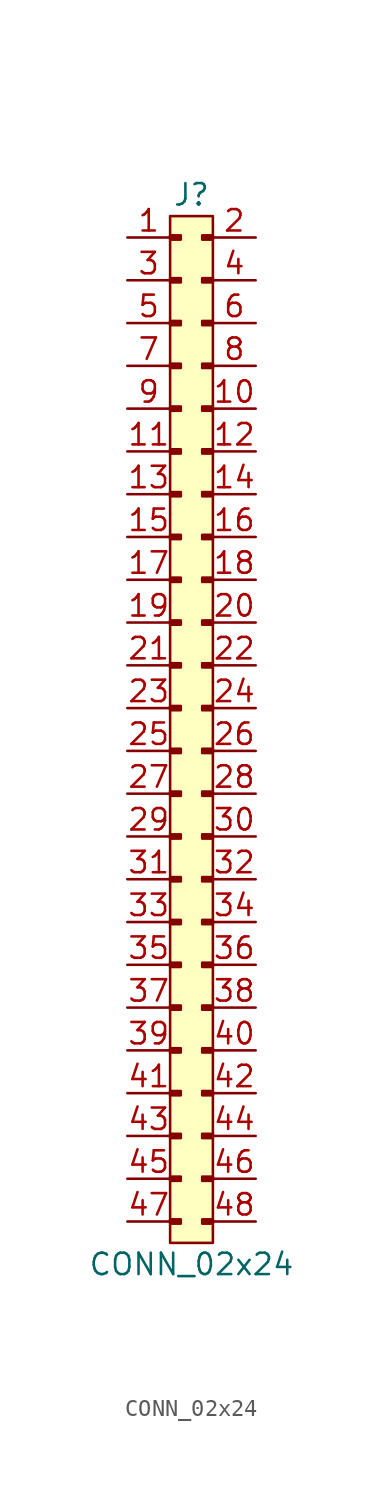
<source format=kicad_sym>
(kicad_symbol_lib
  (version 20211014)
  (generator agg_kicad.build_lib_connector)
  (symbol "CONN_02x24"
    (pin_names hide)
    (property Reference J
      (at -1.27 2.54 0)
      (effects (font (size 1.27 1.27))))
    (property Value "CONN_02x24"
      (at -1.27 -60.96 0)
      (effects (font (size 1.27 1.27))))
    (rectangle
      (start 0 -59.69)
      (end -2.54 1.27)
      (stroke (width 0) (type default) (color 0 0 0 0))
      (fill (type background)))
    (rectangle
      (start 0 0.127)
      (end -0.635 -0.127)
      (stroke (width 0) (type default) (color 0 0 0 0))
      (fill (type outline)))
    (rectangle
      (start -2.54 0.127)
      (end -1.905 -0.127)
      (stroke (width 0) (type default) (color 0 0 0 0))
      (fill (type outline)))
    (rectangle
      (start 0 -2.413)
      (end -0.635 -2.667)
      (stroke (width 0) (type default) (color 0 0 0 0))
      (fill (type outline)))
    (rectangle
      (start -2.54 -2.413)
      (end -1.905 -2.667)
      (stroke (width 0) (type default) (color 0 0 0 0))
      (fill (type outline)))
    (rectangle
      (start 0 -4.953)
      (end -0.635 -5.207)
      (stroke (width 0) (type default) (color 0 0 0 0))
      (fill (type outline)))
    (rectangle
      (start -2.54 -4.953)
      (end -1.905 -5.207)
      (stroke (width 0) (type default) (color 0 0 0 0))
      (fill (type outline)))
    (rectangle
      (start 0 -7.493)
      (end -0.635 -7.747)
      (stroke (width 0) (type default) (color 0 0 0 0))
      (fill (type outline)))
    (rectangle
      (start -2.54 -7.493)
      (end -1.905 -7.747)
      (stroke (width 0) (type default) (color 0 0 0 0))
      (fill (type outline)))
    (rectangle
      (start 0 -10.033)
      (end -0.635 -10.287)
      (stroke (width 0) (type default) (color 0 0 0 0))
      (fill (type outline)))
    (rectangle
      (start -2.54 -10.033)
      (end -1.905 -10.287)
      (stroke (width 0) (type default) (color 0 0 0 0))
      (fill (type outline)))
    (rectangle
      (start 0 -12.573)
      (end -0.635 -12.827)
      (stroke (width 0) (type default) (color 0 0 0 0))
      (fill (type outline)))
    (rectangle
      (start -2.54 -12.573)
      (end -1.905 -12.827)
      (stroke (width 0) (type default) (color 0 0 0 0))
      (fill (type outline)))
    (rectangle
      (start 0 -15.113)
      (end -0.635 -15.367)
      (stroke (width 0) (type default) (color 0 0 0 0))
      (fill (type outline)))
    (rectangle
      (start -2.54 -15.113)
      (end -1.905 -15.367)
      (stroke (width 0) (type default) (color 0 0 0 0))
      (fill (type outline)))
    (rectangle
      (start 0 -17.653)
      (end -0.635 -17.907)
      (stroke (width 0) (type default) (color 0 0 0 0))
      (fill (type outline)))
    (rectangle
      (start -2.54 -17.653)
      (end -1.905 -17.907)
      (stroke (width 0) (type default) (color 0 0 0 0))
      (fill (type outline)))
    (rectangle
      (start 0 -20.193)
      (end -0.635 -20.447)
      (stroke (width 0) (type default) (color 0 0 0 0))
      (fill (type outline)))
    (rectangle
      (start -2.54 -20.193)
      (end -1.905 -20.447)
      (stroke (width 0) (type default) (color 0 0 0 0))
      (fill (type outline)))
    (rectangle
      (start 0 -22.733)
      (end -0.635 -22.987)
      (stroke (width 0) (type default) (color 0 0 0 0))
      (fill (type outline)))
    (rectangle
      (start -2.54 -22.733)
      (end -1.905 -22.987)
      (stroke (width 0) (type default) (color 0 0 0 0))
      (fill (type outline)))
    (rectangle
      (start 0 -25.273)
      (end -0.635 -25.527)
      (stroke (width 0) (type default) (color 0 0 0 0))
      (fill (type outline)))
    (rectangle
      (start -2.54 -25.273)
      (end -1.905 -25.527)
      (stroke (width 0) (type default) (color 0 0 0 0))
      (fill (type outline)))
    (rectangle
      (start 0 -27.813)
      (end -0.635 -28.067)
      (stroke (width 0) (type default) (color 0 0 0 0))
      (fill (type outline)))
    (rectangle
      (start -2.54 -27.813)
      (end -1.905 -28.067)
      (stroke (width 0) (type default) (color 0 0 0 0))
      (fill (type outline)))
    (rectangle
      (start 0 -30.353)
      (end -0.635 -30.607)
      (stroke (width 0) (type default) (color 0 0 0 0))
      (fill (type outline)))
    (rectangle
      (start -2.54 -30.353)
      (end -1.905 -30.607)
      (stroke (width 0) (type default) (color 0 0 0 0))
      (fill (type outline)))
    (rectangle
      (start 0 -32.893)
      (end -0.635 -33.147)
      (stroke (width 0) (type default) (color 0 0 0 0))
      (fill (type outline)))
    (rectangle
      (start -2.54 -32.893)
      (end -1.905 -33.147)
      (stroke (width 0) (type default) (color 0 0 0 0))
      (fill (type outline)))
    (rectangle
      (start 0 -35.433)
      (end -0.635 -35.687)
      (stroke (width 0) (type default) (color 0 0 0 0))
      (fill (type outline)))
    (rectangle
      (start -2.54 -35.433)
      (end -1.905 -35.687)
      (stroke (width 0) (type default) (color 0 0 0 0))
      (fill (type outline)))
    (rectangle
      (start 0 -37.973)
      (end -0.635 -38.227)
      (stroke (width 0) (type default) (color 0 0 0 0))
      (fill (type outline)))
    (rectangle
      (start -2.54 -37.973)
      (end -1.905 -38.227)
      (stroke (width 0) (type default) (color 0 0 0 0))
      (fill (type outline)))
    (rectangle
      (start 0 -40.513)
      (end -0.635 -40.767)
      (stroke (width 0) (type default) (color 0 0 0 0))
      (fill (type outline)))
    (rectangle
      (start -2.54 -40.513)
      (end -1.905 -40.767)
      (stroke (width 0) (type default) (color 0 0 0 0))
      (fill (type outline)))
    (rectangle
      (start 0 -43.053)
      (end -0.635 -43.307)
      (stroke (width 0) (type default) (color 0 0 0 0))
      (fill (type outline)))
    (rectangle
      (start -2.54 -43.053)
      (end -1.905 -43.307)
      (stroke (width 0) (type default) (color 0 0 0 0))
      (fill (type outline)))
    (rectangle
      (start 0 -45.593)
      (end -0.635 -45.847)
      (stroke (width 0) (type default) (color 0 0 0 0))
      (fill (type outline)))
    (rectangle
      (start -2.54 -45.593)
      (end -1.905 -45.847)
      (stroke (width 0) (type default) (color 0 0 0 0))
      (fill (type outline)))
    (rectangle
      (start 0 -48.133)
      (end -0.635 -48.387)
      (stroke (width 0) (type default) (color 0 0 0 0))
      (fill (type outline)))
    (rectangle
      (start -2.54 -48.133)
      (end -1.905 -48.387)
      (stroke (width 0) (type default) (color 0 0 0 0))
      (fill (type outline)))
    (rectangle
      (start 0 -50.673)
      (end -0.635 -50.927)
      (stroke (width 0) (type default) (color 0 0 0 0))
      (fill (type outline)))
    (rectangle
      (start -2.54 -50.673)
      (end -1.905 -50.927)
      (stroke (width 0) (type default) (color 0 0 0 0))
      (fill (type outline)))
    (rectangle
      (start 0 -53.213)
      (end -0.635 -53.467)
      (stroke (width 0) (type default) (color 0 0 0 0))
      (fill (type outline)))
    (rectangle
      (start -2.54 -53.213)
      (end -1.905 -53.467)
      (stroke (width 0) (type default) (color 0 0 0 0))
      (fill (type outline)))
    (rectangle
      (start 0 -55.753)
      (end -0.635 -56.007)
      (stroke (width 0) (type default) (color 0 0 0 0))
      (fill (type outline)))
    (rectangle
      (start -2.54 -55.753)
      (end -1.905 -56.007)
      (stroke (width 0) (type default) (color 0 0 0 0))
      (fill (type outline)))
    (rectangle
      (start 0 -58.293)
      (end -0.635 -58.547)
      (stroke (width 0) (type default) (color 0 0 0 0))
      (fill (type outline)))
    (rectangle
      (start -2.54 -58.293)
      (end -1.905 -58.547)
      (stroke (width 0) (type default) (color 0 0 0 0))
      (fill (type outline)))
    (pin passive line
      (at 2.54 0 180)
      (length 2.54)
      (name "2" (effects (font (size 1.27 1.27))))
      (number "2" (effects (font (size 1.27 1.27)))))
    (pin passive line
      (at -5.08 0 0)
      (length 2.54)
      (name "1" (effects (font (size 1.27 1.27))))
      (number "1" (effects (font (size 1.27 1.27)))))
    (pin passive line
      (at 2.54 -2.54 180)
      (length 2.54)
      (name "4" (effects (font (size 1.27 1.27))))
      (number "4" (effects (font (size 1.27 1.27)))))
    (pin passive line
      (at -5.08 -2.54 0)
      (length 2.54)
      (name "3" (effects (font (size 1.27 1.27))))
      (number "3" (effects (font (size 1.27 1.27)))))
    (pin passive line
      (at 2.54 -5.08 180)
      (length 2.54)
      (name "6" (effects (font (size 1.27 1.27))))
      (number "6" (effects (font (size 1.27 1.27)))))
    (pin passive line
      (at -5.08 -5.08 0)
      (length 2.54)
      (name "5" (effects (font (size 1.27 1.27))))
      (number "5" (effects (font (size 1.27 1.27)))))
    (pin passive line
      (at 2.54 -7.62 180)
      (length 2.54)
      (name "8" (effects (font (size 1.27 1.27))))
      (number "8" (effects (font (size 1.27 1.27)))))
    (pin passive line
      (at -5.08 -7.62 0)
      (length 2.54)
      (name "7" (effects (font (size 1.27 1.27))))
      (number "7" (effects (font (size 1.27 1.27)))))
    (pin passive line
      (at 2.54 -10.16 180)
      (length 2.54)
      (name "10" (effects (font (size 1.27 1.27))))
      (number "10" (effects (font (size 1.27 1.27)))))
    (pin passive line
      (at -5.08 -10.16 0)
      (length 2.54)
      (name "9" (effects (font (size 1.27 1.27))))
      (number "9" (effects (font (size 1.27 1.27)))))
    (pin passive line
      (at 2.54 -12.7 180)
      (length 2.54)
      (name "12" (effects (font (size 1.27 1.27))))
      (number "12" (effects (font (size 1.27 1.27)))))
    (pin passive line
      (at -5.08 -12.7 0)
      (length 2.54)
      (name "11" (effects (font (size 1.27 1.27))))
      (number "11" (effects (font (size 1.27 1.27)))))
    (pin passive line
      (at 2.54 -15.24 180)
      (length 2.54)
      (name "14" (effects (font (size 1.27 1.27))))
      (number "14" (effects (font (size 1.27 1.27)))))
    (pin passive line
      (at -5.08 -15.24 0)
      (length 2.54)
      (name "13" (effects (font (size 1.27 1.27))))
      (number "13" (effects (font (size 1.27 1.27)))))
    (pin passive line
      (at 2.54 -17.78 180)
      (length 2.54)
      (name "16" (effects (font (size 1.27 1.27))))
      (number "16" (effects (font (size 1.27 1.27)))))
    (pin passive line
      (at -5.08 -17.78 0)
      (length 2.54)
      (name "15" (effects (font (size 1.27 1.27))))
      (number "15" (effects (font (size 1.27 1.27)))))
    (pin passive line
      (at 2.54 -20.32 180)
      (length 2.54)
      (name "18" (effects (font (size 1.27 1.27))))
      (number "18" (effects (font (size 1.27 1.27)))))
    (pin passive line
      (at -5.08 -20.32 0)
      (length 2.54)
      (name "17" (effects (font (size 1.27 1.27))))
      (number "17" (effects (font (size 1.27 1.27)))))
    (pin passive line
      (at 2.54 -22.86 180)
      (length 2.54)
      (name "20" (effects (font (size 1.27 1.27))))
      (number "20" (effects (font (size 1.27 1.27)))))
    (pin passive line
      (at -5.08 -22.86 0)
      (length 2.54)
      (name "19" (effects (font (size 1.27 1.27))))
      (number "19" (effects (font (size 1.27 1.27)))))
    (pin passive line
      (at 2.54 -25.4 180)
      (length 2.54)
      (name "22" (effects (font (size 1.27 1.27))))
      (number "22" (effects (font (size 1.27 1.27)))))
    (pin passive line
      (at -5.08 -25.4 0)
      (length 2.54)
      (name "21" (effects (font (size 1.27 1.27))))
      (number "21" (effects (font (size 1.27 1.27)))))
    (pin passive line
      (at 2.54 -27.94 180)
      (length 2.54)
      (name "24" (effects (font (size 1.27 1.27))))
      (number "24" (effects (font (size 1.27 1.27)))))
    (pin passive line
      (at -5.08 -27.94 0)
      (length 2.54)
      (name "23" (effects (font (size 1.27 1.27))))
      (number "23" (effects (font (size 1.27 1.27)))))
    (pin passive line
      (at 2.54 -30.48 180)
      (length 2.54)
      (name "26" (effects (font (size 1.27 1.27))))
      (number "26" (effects (font (size 1.27 1.27)))))
    (pin passive line
      (at -5.08 -30.48 0)
      (length 2.54)
      (name "25" (effects (font (size 1.27 1.27))))
      (number "25" (effects (font (size 1.27 1.27)))))
    (pin passive line
      (at 2.54 -33.02 180)
      (length 2.54)
      (name "28" (effects (font (size 1.27 1.27))))
      (number "28" (effects (font (size 1.27 1.27)))))
    (pin passive line
      (at -5.08 -33.02 0)
      (length 2.54)
      (name "27" (effects (font (size 1.27 1.27))))
      (number "27" (effects (font (size 1.27 1.27)))))
    (pin passive line
      (at 2.54 -35.56 180)
      (length 2.54)
      (name "30" (effects (font (size 1.27 1.27))))
      (number "30" (effects (font (size 1.27 1.27)))))
    (pin passive line
      (at -5.08 -35.56 0)
      (length 2.54)
      (name "29" (effects (font (size 1.27 1.27))))
      (number "29" (effects (font (size 1.27 1.27)))))
    (pin passive line
      (at 2.54 -38.1 180)
      (length 2.54)
      (name "32" (effects (font (size 1.27 1.27))))
      (number "32" (effects (font (size 1.27 1.27)))))
    (pin passive line
      (at -5.08 -38.1 0)
      (length 2.54)
      (name "31" (effects (font (size 1.27 1.27))))
      (number "31" (effects (font (size 1.27 1.27)))))
    (pin passive line
      (at 2.54 -40.64 180)
      (length 2.54)
      (name "34" (effects (font (size 1.27 1.27))))
      (number "34" (effects (font (size 1.27 1.27)))))
    (pin passive line
      (at -5.08 -40.64 0)
      (length 2.54)
      (name "33" (effects (font (size 1.27 1.27))))
      (number "33" (effects (font (size 1.27 1.27)))))
    (pin passive line
      (at 2.54 -43.18 180)
      (length 2.54)
      (name "36" (effects (font (size 1.27 1.27))))
      (number "36" (effects (font (size 1.27 1.27)))))
    (pin passive line
      (at -5.08 -43.18 0)
      (length 2.54)
      (name "35" (effects (font (size 1.27 1.27))))
      (number "35" (effects (font (size 1.27 1.27)))))
    (pin passive line
      (at 2.54 -45.72 180)
      (length 2.54)
      (name "38" (effects (font (size 1.27 1.27))))
      (number "38" (effects (font (size 1.27 1.27)))))
    (pin passive line
      (at -5.08 -45.72 0)
      (length 2.54)
      (name "37" (effects (font (size 1.27 1.27))))
      (number "37" (effects (font (size 1.27 1.27)))))
    (pin passive line
      (at 2.54 -48.26 180)
      (length 2.54)
      (name "40" (effects (font (size 1.27 1.27))))
      (number "40" (effects (font (size 1.27 1.27)))))
    (pin passive line
      (at -5.08 -48.26 0)
      (length 2.54)
      (name "39" (effects (font (size 1.27 1.27))))
      (number "39" (effects (font (size 1.27 1.27)))))
    (pin passive line
      (at 2.54 -50.8 180)
      (length 2.54)
      (name "42" (effects (font (size 1.27 1.27))))
      (number "42" (effects (font (size 1.27 1.27)))))
    (pin passive line
      (at -5.08 -50.8 0)
      (length 2.54)
      (name "41" (effects (font (size 1.27 1.27))))
      (number "41" (effects (font (size 1.27 1.27)))))
    (pin passive line
      (at 2.54 -53.34 180)
      (length 2.54)
      (name "44" (effects (font (size 1.27 1.27))))
      (number "44" (effects (font (size 1.27 1.27)))))
    (pin passive line
      (at -5.08 -53.34 0)
      (length 2.54)
      (name "43" (effects (font (size 1.27 1.27))))
      (number "43" (effects (font (size 1.27 1.27)))))
    (pin passive line
      (at 2.54 -55.88 180)
      (length 2.54)
      (name "46" (effects (font (size 1.27 1.27))))
      (number "46" (effects (font (size 1.27 1.27)))))
    (pin passive line
      (at -5.08 -55.88 0)
      (length 2.54)
      (name "45" (effects (font (size 1.27 1.27))))
      (number "45" (effects (font (size 1.27 1.27)))))
    (pin passive line
      (at 2.54 -58.42 180)
      (length 2.54)
      (name "48" (effects (font (size 1.27 1.27))))
      (number "48" (effects (font (size 1.27 1.27)))))
    (pin passive line
      (at -5.08 -58.42 0)
      (length 2.54)
      (name "47" (effects (font (size 1.27 1.27))))
      (number "47" (effects (font (size 1.27 1.27)))))))
</source>
